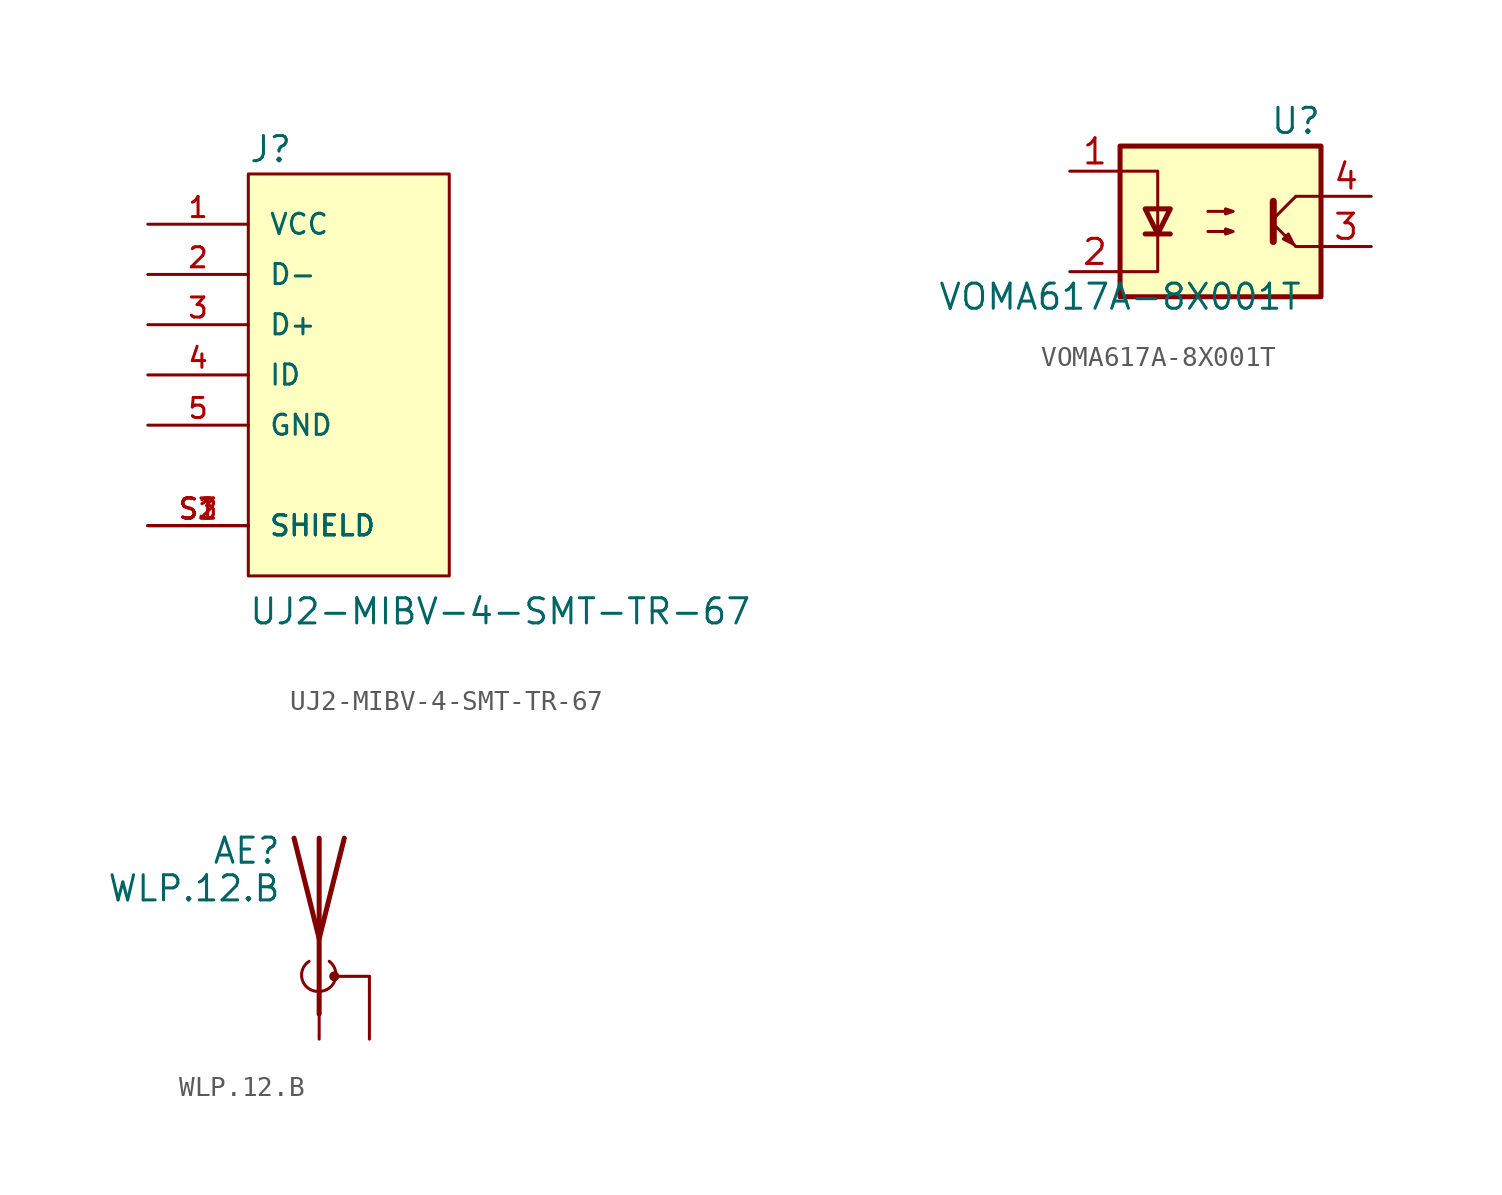
<source format=kicad_sym>
(kicad_symbol_lib
  (version 20220914)
  (generator kicad_symbol_editor)
  (symbol "UJ2-MIBV-4-SMT-TR-67"
    (pin_names
      (offset 1.016))
    (property "Reference" "J"
      (at -5.08 10.668 0)
      (effects (font (size 1.27 1.27)) (justify left bottom)))
    (property "Value" "UJ2-MIBV-4-SMT-TR-67"
      (at -5.08 -12.7 0)
      (effects (font (size 1.27 1.27)) (justify left bottom)))
    (symbol "UJ2-MIBV-4-SMT-TR-67_0_0"
      (pin passive line (at -10.16 7.62 0) (length 5.08) (name "VCC" (effects (font (size 1.016 1.016)))) (number "1" (effects (font (size 1.016 1.016)))))
      (pin passive line (at -10.16 5.08 0) (length 5.08) (name "D-" (effects (font (size 1.016 1.016)))) (number "2" (effects (font (size 1.016 1.016)))))
      (pin passive line (at -10.16 2.54 0) (length 5.08) (name "D+" (effects (font (size 1.016 1.016)))) (number "3" (effects (font (size 1.016 1.016)))))
      (pin passive line (at -10.16 0 0) (length 5.08) (name "ID" (effects (font (size 1.016 1.016)))) (number "4" (effects (font (size 1.016 1.016)))))
      (pin passive line (at -10.16 -2.54 0) (length 5.08) (name "GND" (effects (font (size 1.016 1.016)))) (number "5" (effects (font (size 1.016 1.016)))))
      (pin passive line (at -10.16 -7.62 0) (length 5.08) (name "SHIELD" (effects (font (size 1.016 1.016)))) (number "S1" (effects (font (size 1.016 1.016)))))
      (pin passive line (at -10.16 -7.62 0) (length 5.08) (name "SHIELD" (effects (font (size 1.016 1.016)))) (number "S2" (effects (font (size 1.016 1.016)))))
      (pin passive line (at -10.16 -7.62 0) (length 5.08) (name "SHIELD" (effects (font (size 1.016 1.016)))) (number "S3" (effects (font (size 1.016 1.016))))))
    (symbol "UJ2-MIBV-4-SMT-TR-67_1_1"
      (rectangle (start -5.08 10.16) (end 5.08 -10.16) (stroke (width 0) (type solid)) (fill (type background)))))
  (symbol "VOMA617A-8X001T"
    (property "Reference" "U"
      (at 8.89 8.89 0)
      (effects (font (size 1.27 1.27))))
    (property "Value" "VOMA617A-8X001T"
      (at 0 0 0)
      (effects (font (size 1.27 1.27))))
    (symbol "VOMA617A-8X001T_0_1"
      (polyline (pts (xy 1.27 3.175) (xy 2.54 3.175)) (stroke (width 0.254) (type default)) (fill (type none)))
      (polyline (pts (xy 7.747 3.683) (xy 8.89 2.54)) (stroke (width 0) (type default)) (fill (type none)))
      (polyline (pts (xy 7.747 3.937) (xy 8.89 5.08)) (stroke (width 0) (type default)) (fill (type none)))
      (polyline (pts (xy 8.89 2.54) (xy 10.16 2.54)) (stroke (width 0) (type default)) (fill (type none)))
      (polyline (pts (xy 8.89 5.08) (xy 10.16 5.08)) (stroke (width 0) (type default)) (fill (type none)))
      (polyline (pts (xy 7.747 4.826) (xy 7.747 2.794) (xy 7.747 2.794)) (stroke (width 0.356) (type default)) (fill (type none)))
      (polyline (pts (xy 0 1.27) (xy 1.905 1.27) (xy 1.905 6.35) (xy 0 6.35)) (stroke (width 0) (type default)) (fill (type none)))
      (polyline (pts (xy 1.905 3.175) (xy 1.27 4.445) (xy 2.54 4.445) (xy 1.905 3.175)) (stroke (width 0.254) (type default)) (fill (type none)))
      (polyline (pts (xy 8.763 2.667) (xy 8.509 3.175) (xy 8.255 2.921) (xy 8.763 2.667)) (stroke (width 0) (type default)) (fill (type none)))
      (polyline (pts (xy 4.445 3.302) (xy 5.715 3.302) (xy 5.334 3.175) (xy 5.334 3.429) (xy 5.715 3.302)) (stroke (width 0) (type default)) (fill (type none)))
      (polyline (pts (xy 4.445 4.318) (xy 5.715 4.318) (xy 5.334 4.191) (xy 5.334 4.445) (xy 5.715 4.318)) (stroke (width 0) (type default)) (fill (type none)))
      (rectangle (start 0 7.62) (end 10.16 0) (stroke (width 0.254) (type default)) (fill (type background))))
    (symbol "VOMA617A-8X001T_1_1"
      (pin passive line (at -2.54 6.35 0) (length 2.54) (name "~" (effects (font (size 1.27 1.27)))) (number "1" (effects (font (size 1.27 1.27)))))
      (pin passive line (at -2.54 1.27 0) (length 2.54) (name "~" (effects (font (size 1.27 1.27)))) (number "2" (effects (font (size 1.27 1.27)))))
      (pin passive line (at 12.7 2.54 180) (length 2.54) (name "~" (effects (font (size 1.27 1.27)))) (number "3" (effects (font (size 1.27 1.27)))))
      (pin passive line (at 12.7 5.08 180) (length 2.54) (name "~" (effects (font (size 1.27 1.27)))) (number "4" (effects (font (size 1.27 1.27)))))))
  (symbol "WLP.12.B"
    (pin_numbers hide)
    (pin_names
      (offset 1.016) hide)
    (property "Reference" "AE"
      (at -1.905 4.445 0)
      (effects (font (size 1.27 1.27)) (justify right)))
    (property "Value" "WLP.12.B"
      (at -1.905 2.54 0)
      (effects (font (size 1.27 1.27)) (justify right)))
    (symbol "WLP.12.B_0_1"
      (arc (start -0.508 -1.143) (mid -0.8429 -2.1194) (end 0 -2.667) (stroke (width 0) (type solid)) (fill (type none)))
      (arc (start 0 -2.667) (mid 0.7989 -2.1052) (end 0.508 -1.143) (stroke (width 0) (type solid)) (fill (type none)))
      (polyline (pts (xy 0 -2.54) (xy 0 0)) (stroke (width 0) (type solid)) (fill (type none)))
      (polyline (pts (xy 0 5.08) (xy 0 -3.81)) (stroke (width 0.254) (type solid)) (fill (type none)))
      (polyline (pts (xy 0.762 -1.905) (xy 2.54 -1.905)) (stroke (width 0) (type solid)) (fill (type none)))
      (polyline (pts (xy 2.54 -2.54) (xy 2.54 -1.905)) (stroke (width 0) (type solid)) (fill (type none)))
      (polyline (pts (xy 1.27 5.08) (xy 0 0) (xy -1.27 5.08)) (stroke (width 0.254) (type solid)) (fill (type none)))
      (circle (center 0.762 -1.905) (radius 0.178) (stroke (width 0) (type solid)) (fill (type outline))))
    (symbol "WLP.12.B_1_1"
      (pin input line (at 2.54 -5.08 90) (length 2.54) (name "Shield" (effects (font (size 1.27 1.27)))) (number "0" (effects (font (size 1.27 1.27)))))
      (pin input line (at 0 -5.08 90) (length 2.54) (name "A" (effects (font (size 1.27 1.27)))) (number "1" (effects (font (size 1.27 1.27))))))))
</source>
